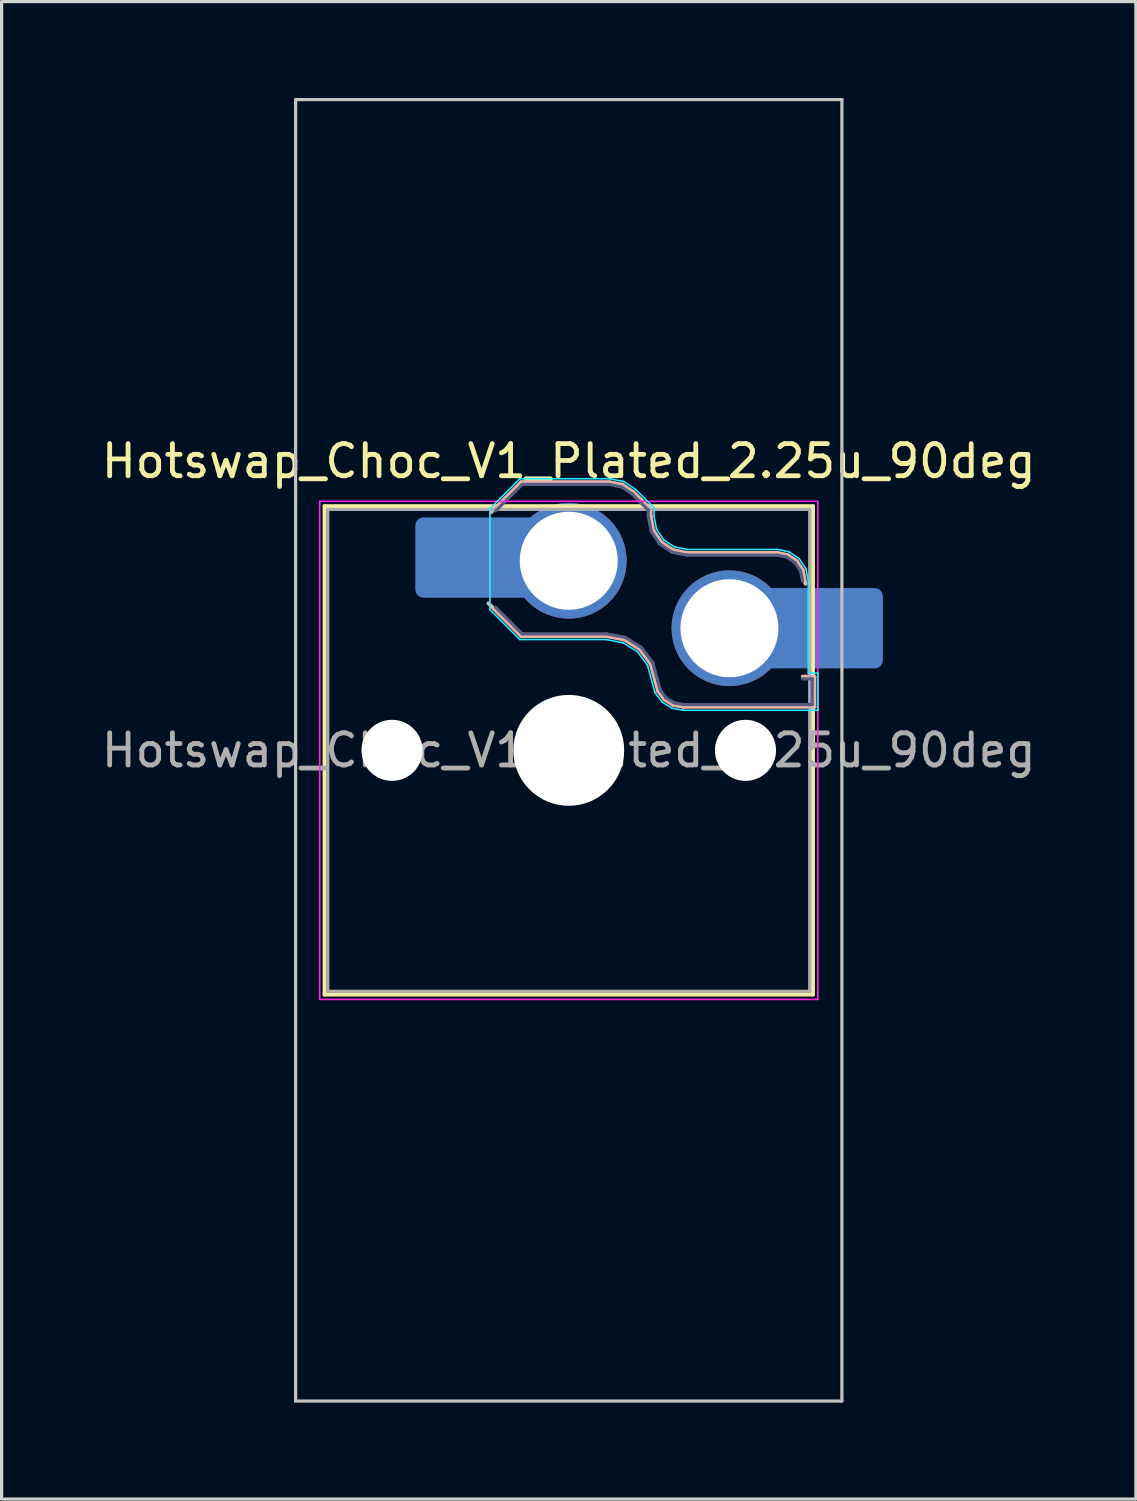
<source format=kicad_pcb>
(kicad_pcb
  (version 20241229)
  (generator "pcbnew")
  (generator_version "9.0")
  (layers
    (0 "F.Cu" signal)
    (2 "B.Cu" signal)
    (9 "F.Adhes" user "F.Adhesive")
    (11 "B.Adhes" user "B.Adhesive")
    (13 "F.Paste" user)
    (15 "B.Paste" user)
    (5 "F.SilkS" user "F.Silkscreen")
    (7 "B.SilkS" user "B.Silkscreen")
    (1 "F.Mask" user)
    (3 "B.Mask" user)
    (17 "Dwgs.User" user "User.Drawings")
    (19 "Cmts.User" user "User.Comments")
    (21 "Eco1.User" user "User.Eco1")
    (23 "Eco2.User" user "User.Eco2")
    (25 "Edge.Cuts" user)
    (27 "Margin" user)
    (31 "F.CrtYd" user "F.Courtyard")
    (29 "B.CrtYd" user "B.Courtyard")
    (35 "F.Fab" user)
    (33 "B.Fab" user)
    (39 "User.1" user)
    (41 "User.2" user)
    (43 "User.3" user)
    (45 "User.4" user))
  (footprint "Hotswap_Choc_V1_Plated_2.25u_90deg"
    (layer "F.Cu")
    (at 14.649 20.3)
    (property "Reference" "Hotswap_Choc_V1_Plated_2.25u_90deg" (at 0 -9 0) (layer "F.SilkS") (effects (font (size 1 1) (thickness 0.15))))
    (attr smd)
    (fp_line (start -7.6 -7.6) (end -7.6 7.6) (stroke (width 0.12) (type solid)) (layer "F.SilkS"))
    (fp_line (start -7.6 7.6) (end 7.6 7.6) (stroke (width 0.12) (type solid)) (layer "F.SilkS"))
    (fp_line (start 7.6 -7.6) (end -7.6 -7.6) (stroke (width 0.12) (type solid)) (layer "F.SilkS"))
    (fp_line (start 7.6 7.6) (end 7.6 -7.6) (stroke (width 0.12) (type solid)) (layer "F.SilkS"))
    (fp_line (start -2.416 -7.409) (end -1.479 -8.346) (stroke (width 0.12) (type solid)) (layer "B.SilkS"))
    (fp_line (start -1.479 -8.346) (end 1.268 -8.346) (stroke (width 0.12) (type solid)) (layer "B.SilkS"))
    (fp_line (start -1.479 -3.554) (end -2.5 -4.575) (stroke (width 0.12) (type solid)) (layer "B.SilkS"))
    (fp_line (start 1.168 -3.554) (end -1.479 -3.554) (stroke (width 0.12) (type solid)) (layer "B.SilkS"))
    (fp_line (start 1.268 -8.346) (end 1.671 -8.266) (stroke (width 0.12) (type solid)) (layer "B.SilkS"))
    (fp_line (start 1.671 -8.266) (end 2.013 -8.037) (stroke (width 0.12) (type solid)) (layer "B.SilkS"))
    (fp_line (start 1.73 -3.449) (end 1.168 -3.554) (stroke (width 0.12) (type solid)) (layer "B.SilkS"))
    (fp_line (start 2.013 -8.037) (end 2.546 -7.504) (stroke (width 0.12) (type solid)) (layer "B.SilkS"))
    (fp_line (start 2.209 -3.15) (end 1.73 -3.449) (stroke (width 0.12) (type solid)) (layer "B.SilkS"))
    (fp_line (start 2.546 -7.504) (end 2.546 -7.282) (stroke (width 0.12) (type solid)) (layer "B.SilkS"))
    (fp_line (start 2.546 -7.282) (end 2.633 -6.844) (stroke (width 0.12) (type solid)) (layer "B.SilkS"))
    (fp_line (start 2.547 -2.697) (end 2.209 -3.15) (stroke (width 0.12) (type solid)) (layer "B.SilkS"))
    (fp_line (start 2.633 -6.844) (end 2.877 -6.477) (stroke (width 0.12) (type solid)) (layer "B.SilkS"))
    (fp_line (start 2.701 -2.139) (end 2.547 -2.697) (stroke (width 0.12) (type solid)) (layer "B.SilkS"))
    (fp_line (start 2.783 -1.841) (end 2.701 -2.139) (stroke (width 0.12) (type solid)) (layer "B.SilkS"))
    (fp_line (start 2.877 -6.477) (end 3.244 -6.233) (stroke (width 0.12) (type solid)) (layer "B.SilkS"))
    (fp_line (start 2.976 -1.583) (end 2.783 -1.841) (stroke (width 0.12) (type solid)) (layer "B.SilkS"))
    (fp_line (start 3.244 -6.233) (end 3.682 -6.146) (stroke (width 0.12) (type solid)) (layer "B.SilkS"))
    (fp_line (start 3.25 -1.413) (end 2.976 -1.583) (stroke (width 0.12) (type solid)) (layer "B.SilkS"))
    (fp_line (start 3.56 -1.354) (end 3.25 -1.413) (stroke (width 0.12) (type solid)) (layer "B.SilkS"))
    (fp_line (start 3.682 -6.146) (end 6.482 -6.146) (stroke (width 0.12) (type solid)) (layer "B.SilkS"))
    (fp_line (start 6.482 -6.146) (end 6.809 -6.081) (stroke (width 0.12) (type solid)) (layer "B.SilkS"))
    (fp_line (start 6.809 -6.081) (end 7.092 -5.892) (stroke (width 0.12) (type solid)) (layer "B.SilkS"))
    (fp_line (start 7.092 -5.892) (end 7.281 -5.609) (stroke (width 0.12) (type solid)) (layer "B.SilkS"))
    (fp_line (start 7.281 -5.609) (end 7.366 -5.182) (stroke (width 0.12) (type solid)) (layer "B.SilkS"))
    (fp_line (start 7.283 -2.296) (end 7.646 -2.296) (stroke (width 0.12) (type solid)) (layer "B.SilkS"))
    (fp_line (start 7.646 -2.296) (end 7.646 -1.354) (stroke (width 0.12) (type solid)) (layer "B.SilkS"))
    (fp_line (start 7.646 -1.354) (end 3.56 -1.354) (stroke (width 0.12) (type solid)) (layer "B.SilkS"))
    (fp_line (start -8.5 -20.25) (end 8.5 -20.25) (stroke (width 0.1) (type solid)) (layer "Dwgs.User"))
    (fp_line (start -8.5 20.25) (end -8.5 -20.25) (stroke (width 0.1) (type solid)) (layer "Dwgs.User"))
    (fp_line (start 8.5 -20.25) (end 8.5 20.25) (stroke (width 0.1) (type solid)) (layer "Dwgs.User"))
    (fp_line (start 8.5 20.25) (end -8.5 20.25) (stroke (width 0.1) (type solid)) (layer "Dwgs.User"))
    (fp_line (start -7.25 -7.25) (end -7.25 7.25) (stroke (width 0.1) (type solid)) (layer "Eco1.User"))
    (fp_line (start -7.25 7.25) (end 7.25 7.25) (stroke (width 0.1) (type solid)) (layer "Eco1.User"))
    (fp_line (start 7.25 -7.25) (end -7.25 -7.25) (stroke (width 0.1) (type solid)) (layer "Eco1.User"))
    (fp_line (start 7.25 7.25) (end 7.25 -7.25) (stroke (width 0.1) (type solid)) (layer "Eco1.User"))
    (fp_line (start -2.452 -7.523) (end -1.523 -8.452) (stroke (width 0.05) (type solid)) (layer "B.CrtYd"))
    (fp_line (start -2.452 -4.377) (end -2.452 -7.523) (stroke (width 0.05) (type solid)) (layer "B.CrtYd"))
    (fp_line (start -1.523 -8.452) (end 1.278 -8.452) (stroke (width 0.05) (type solid)) (layer "B.CrtYd"))
    (fp_line (start -1.523 -3.448) (end -2.452 -4.377) (stroke (width 0.05) (type solid)) (layer "B.CrtYd"))
    (fp_line (start 1.159 -3.448) (end -1.523 -3.448) (stroke (width 0.05) (type solid)) (layer "B.CrtYd"))
    (fp_line (start 1.278 -8.452) (end 1.712 -8.366) (stroke (width 0.05) (type solid)) (layer "B.CrtYd"))
    (fp_line (start 1.691 -3.348) (end 1.159 -3.448) (stroke (width 0.05) (type solid)) (layer "B.CrtYd"))
    (fp_line (start 1.712 -8.366) (end 2.081 -8.119) (stroke (width 0.05) (type solid)) (layer "B.CrtYd"))
    (fp_line (start 2.081 -8.119) (end 2.652 -7.548) (stroke (width 0.05) (type solid)) (layer "B.CrtYd"))
    (fp_line (start 2.136 -3.071) (end 1.691 -3.348) (stroke (width 0.05) (type solid)) (layer "B.CrtYd"))
    (fp_line (start 2.45 -2.65) (end 2.136 -3.071) (stroke (width 0.05) (type solid)) (layer "B.CrtYd"))
    (fp_line (start 2.599 -2.111) (end 2.45 -2.65) (stroke (width 0.05) (type solid)) (layer "B.CrtYd"))
    (fp_line (start 2.652 -7.548) (end 2.652 -7.292) (stroke (width 0.05) (type solid)) (layer "B.CrtYd"))
    (fp_line (start 2.652 -7.292) (end 2.733 -6.885) (stroke (width 0.05) (type solid)) (layer "B.CrtYd"))
    (fp_line (start 2.687 -1.794) (end 2.599 -2.111) (stroke (width 0.05) (type solid)) (layer "B.CrtYd"))
    (fp_line (start 2.733 -6.885) (end 2.953 -6.553) (stroke (width 0.05) (type solid)) (layer "B.CrtYd"))
    (fp_line (start 2.903 -1.503) (end 2.687 -1.794) (stroke (width 0.05) (type solid)) (layer "B.CrtYd"))
    (fp_line (start 2.953 -6.553) (end 3.285 -6.333) (stroke (width 0.05) (type solid)) (layer "B.CrtYd"))
    (fp_line (start 3.211 -1.312) (end 2.903 -1.503) (stroke (width 0.05) (type solid)) (layer "B.CrtYd"))
    (fp_line (start 3.285 -6.333) (end 3.692 -6.252) (stroke (width 0.05) (type solid)) (layer "B.CrtYd"))
    (fp_line (start 3.55 -1.248) (end 3.211 -1.312) (stroke (width 0.05) (type solid)) (layer "B.CrtYd"))
    (fp_line (start 3.692 -6.252) (end 6.492 -6.252) (stroke (width 0.05) (type solid)) (layer "B.CrtYd"))
    (fp_line (start 6.492 -6.252) (end 6.85 -6.181) (stroke (width 0.05) (type solid)) (layer "B.CrtYd"))
    (fp_line (start 6.85 -6.181) (end 7.168 -5.968) (stroke (width 0.05) (type solid)) (layer "B.CrtYd"))
    (fp_line (start 7.168 -5.968) (end 7.381 -5.65) (stroke (width 0.05) (type solid)) (layer "B.CrtYd"))
    (fp_line (start 7.381 -5.65) (end 7.452 -5.292) (stroke (width 0.05) (type solid)) (layer "B.CrtYd"))
    (fp_line (start 7.452 -5.292) (end 7.452 -2.402) (stroke (width 0.05) (type solid)) (layer "B.CrtYd"))
    (fp_line (start 7.452 -2.402) (end 7.752 -2.402) (stroke (width 0.05) (type solid)) (layer "B.CrtYd"))
    (fp_line (start 7.752 -2.402) (end 7.752 -1.248) (stroke (width 0.05) (type solid)) (layer "B.CrtYd"))
    (fp_line (start 7.752 -1.248) (end 3.55 -1.248) (stroke (width 0.05) (type solid)) (layer "B.CrtYd"))
    (fp_line (start -7.75 -7.75) (end -7.75 7.75) (stroke (width 0.05) (type solid)) (layer "F.CrtYd"))
    (fp_line (start -7.75 7.75) (end 7.75 7.75) (stroke (width 0.05) (type solid)) (layer "F.CrtYd"))
    (fp_line (start 7.75 -7.75) (end -7.75 -7.75) (stroke (width 0.05) (type solid)) (layer "F.CrtYd"))
    (fp_line (start 7.75 7.75) (end 7.75 -7.75) (stroke (width 0.05) (type solid)) (layer "F.CrtYd"))
    (fp_line (start -2.275 -7.45) (end -1.45 -8.275) (stroke (width 0.1) (type solid)) (layer "B.Fab"))
    (fp_line (start -1.45 -8.275) (end 1.261 -8.275) (stroke (width 0.1) (type solid)) (layer "B.Fab"))
    (fp_line (start -1.45 -3.625) (end -2.275 -4.45) (stroke (width 0.1) (type solid)) (layer "B.Fab"))
    (fp_line (start 1.175 -3.625) (end -1.45 -3.625) (stroke (width 0.1) (type solid)) (layer "B.Fab"))
    (fp_line (start 1.261 -8.275) (end 1.643 -8.199) (stroke (width 0.1) (type solid)) (layer "B.Fab"))
    (fp_line (start 1.643 -8.199) (end 1.968 -7.982) (stroke (width 0.1) (type solid)) (layer "B.Fab"))
    (fp_line (start 1.756 -3.516) (end 1.175 -3.625) (stroke (width 0.1) (type solid)) (layer "B.Fab"))
    (fp_line (start 1.968 -7.982) (end 2.475 -7.475) (stroke (width 0.1) (type solid)) (layer "B.Fab"))
    (fp_line (start 2.258 -3.203) (end 1.756 -3.516) (stroke (width 0.1) (type solid)) (layer "B.Fab"))
    (fp_line (start 2.475 -7.475) (end 2.475 -7.275) (stroke (width 0.1) (type solid)) (layer "B.Fab"))
    (fp_line (start 2.475 -7.275) (end 2.566 -6.816) (stroke (width 0.1) (type solid)) (layer "B.Fab"))
    (fp_line (start 2.566 -6.816) (end 2.826 -6.426) (stroke (width 0.1) (type solid)) (layer "B.Fab"))
    (fp_line (start 2.612 -2.729) (end 2.258 -3.203) (stroke (width 0.1) (type solid)) (layer "B.Fab"))
    (fp_line (start 2.769 -2.158) (end 2.612 -2.729) (stroke (width 0.1) (type solid)) (layer "B.Fab"))
    (fp_line (start 2.826 -6.426) (end 3.216 -6.166) (stroke (width 0.1) (type solid)) (layer "B.Fab"))
    (fp_line (start 2.848 -1.873) (end 2.769 -2.158) (stroke (width 0.1) (type solid)) (layer "B.Fab"))
    (fp_line (start 3.025 -1.636) (end 2.848 -1.873) (stroke (width 0.1) (type solid)) (layer "B.Fab"))
    (fp_line (start 3.216 -6.166) (end 3.675 -6.075) (stroke (width 0.1) (type solid)) (layer "B.Fab"))
    (fp_line (start 3.276 -1.48) (end 3.025 -1.636) (stroke (width 0.1) (type solid)) (layer "B.Fab"))
    (fp_line (start 3.567 -1.425) (end 3.276 -1.48) (stroke (width 0.1) (type solid)) (layer "B.Fab"))
    (fp_line (start 3.675 -6.075) (end 6.475 -6.075) (stroke (width 0.1) (type solid)) (layer "B.Fab"))
    (fp_line (start 6.475 -6.075) (end 6.781 -6.014) (stroke (width 0.1) (type solid)) (layer "B.Fab"))
    (fp_line (start 6.781 -6.014) (end 7.041 -5.841) (stroke (width 0.1) (type solid)) (layer "B.Fab"))
    (fp_line (start 7.041 -5.841) (end 7.214 -5.581) (stroke (width 0.1) (type solid)) (layer "B.Fab"))
    (fp_line (start 7.214 -5.581) (end 7.275 -5.275) (stroke (width 0.1) (type solid)) (layer "B.Fab"))
    (fp_line (start 7.275 -2.225) (end 7.575 -2.225) (stroke (width 0.1) (type solid)) (layer "B.Fab"))
    (fp_line (start 7.575 -2.225) (end 7.575 -1.425) (stroke (width 0.1) (type solid)) (layer "B.Fab"))
    (fp_line (start 7.575 -1.425) (end 3.567 -1.425) (stroke (width 0.1) (type solid)) (layer "B.Fab"))
    (fp_line (start -7.5 -7.5) (end -7.5 7.5) (stroke (width 0.1) (type solid)) (layer "F.Fab"))
    (fp_line (start -7.5 7.5) (end 7.5 7.5) (stroke (width 0.1) (type solid)) (layer "F.Fab"))
    (fp_line (start 7.5 -7.5) (end -7.5 -7.5) (stroke (width 0.1) (type solid)) (layer "F.Fab"))
    (fp_line (start 7.5 7.5) (end 7.5 -7.5) (stroke (width 0.1) (type solid)) (layer "F.Fab"))
    (fp_text user "${REFERENCE}" (at 0 0 0) (layer "F.Fab") (effects (font (size 1 1) (thickness 0.15))))
    (pad "" np_thru_hole circle (at -5.5 0) (size 1.9 1.9) (drill 1.9) (layers "*.Cu" "*.Mask"))
    (pad "" smd roundrect (at -3.5 -6) (size 2.55 2.5) (layers "B.Mask" "B.Paste") (roundrect_rratio 0.1))
    (pad "" np_thru_hole circle (at 0 0) (size 3.45 3.45) (drill 3.45) (layers "*.Cu" "*.Mask"))
    (pad "" np_thru_hole circle (at 5.5 0) (size 1.9 1.9) (drill 1.9) (layers "*.Cu" "*.Mask"))
    (pad "" smd roundrect (at 8.5 -3.8) (size 2.55 2.5) (layers "B.Mask" "B.Paste") (roundrect_rratio 0.1))
    (pad "1" smd roundrect (at -2.85 -6) (size 3.85 2.5) (layers "B.Cu") (roundrect_rratio 0.1))
    (pad "1" thru_hole circle (at 0 -5.9) (size 3.6 3.6) (drill 3.05) (layers "*.Cu" "*.Mask"))
    (pad "2" thru_hole circle (at 5 -3.8) (size 3.6 3.6) (drill 3.05) (layers "*.Cu" "*.Mask"))
    (pad "2" smd roundrect (at 7.85 -3.8) (size 3.85 2.5) (layers "B.Cu") (roundrect_rratio 0.1)))
  (gr_rect
    (start -3 -3)
    (end 32.298 43.6)
    (stroke (width 0.1) (type default))
    (fill no)
    (layer "Edge.Cuts")))
</source>
